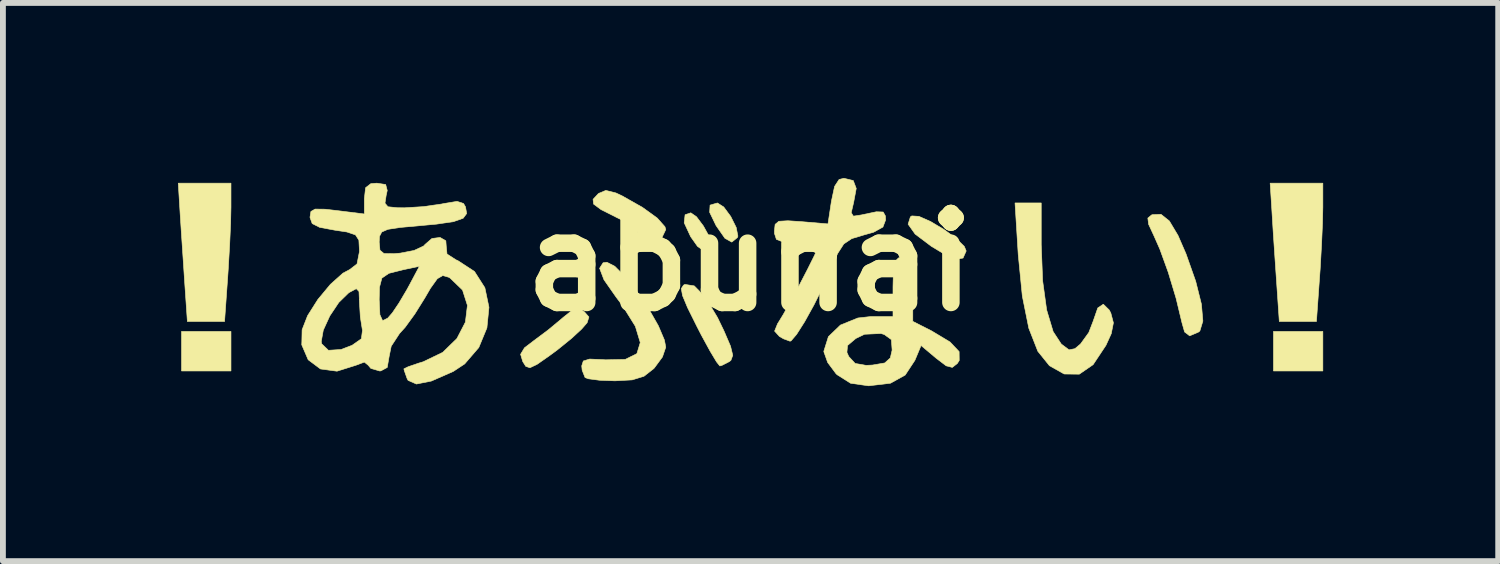
<source format=kicad_pcb>
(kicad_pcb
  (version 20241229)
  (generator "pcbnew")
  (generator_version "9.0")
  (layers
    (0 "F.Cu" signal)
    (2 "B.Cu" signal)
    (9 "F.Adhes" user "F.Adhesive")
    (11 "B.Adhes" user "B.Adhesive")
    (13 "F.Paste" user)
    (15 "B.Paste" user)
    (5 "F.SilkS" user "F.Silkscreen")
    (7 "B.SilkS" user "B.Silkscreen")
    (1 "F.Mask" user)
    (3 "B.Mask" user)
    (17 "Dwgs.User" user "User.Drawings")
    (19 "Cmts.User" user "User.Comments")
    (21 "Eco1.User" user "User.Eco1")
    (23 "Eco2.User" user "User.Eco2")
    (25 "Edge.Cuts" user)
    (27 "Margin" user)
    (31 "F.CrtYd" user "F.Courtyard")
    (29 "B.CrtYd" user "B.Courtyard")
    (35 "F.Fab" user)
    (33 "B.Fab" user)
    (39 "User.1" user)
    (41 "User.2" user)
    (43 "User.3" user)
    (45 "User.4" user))
  (footprint "abunai"
    (layer "F.Cu")
    (at 9.798 1.444)
    (property "Reference" "abunai" (at 0 0 0) (layer "F.SilkS") (effects (font (size 1.524 1.524) (thickness 0.3))))
    (attr through_hole)
    (fp_poly (pts (xy -8.89 1.863) (xy -9.737 1.863) (xy -9.737 1.185) (xy -8.89 1.185) (xy -8.89 1.863)) (stroke (width 0.01) (type solid)) (fill yes) (layer "F.SilkS"))
    (fp_poly (pts (xy 9.821 1.863) (xy 8.975 1.863) (xy 8.975 1.185) (xy 9.821 1.185) (xy 9.821 1.863)) (stroke (width 0.01) (type solid)) (fill yes) (layer "F.SilkS"))
    (fp_poly (pts (xy -0.913 -0.78) (xy -0.794 -0.621) (xy -0.69 -0.433) (xy -0.639 -0.281) (xy -0.644 -0.239) (xy -0.753 -0.173) (xy -0.895 -0.272) (xy -1.013 -0.439) (xy -1.123 -0.676) (xy -1.108 -0.814) (xy -1.01 -0.847) (xy -0.913 -0.78)) (stroke (width 0.01) (type solid)) (fill yes) (layer "F.SilkS"))
    (fp_poly (pts (xy -0.446 -0.947) (xy -0.326 -0.785) (xy -0.232 -0.596) (xy -0.203 -0.448) (xy -0.212 -0.423) (xy -0.308 -0.345) (xy -0.425 -0.41) (xy -0.577 -0.628) (xy -0.687 -0.856) (xy -0.68 -0.979) (xy -0.554 -1.016) (xy -0.446 -0.947)) (stroke (width 0.01) (type solid)) (fill yes) (layer "F.SilkS"))
    (fp_poly (pts (xy -8.89 -0.944) (xy -8.896 -0.667) (xy -8.913 -0.289) (xy -8.937 0.12) (xy -8.945 0.241) (xy -9 1.016) (xy -9.637 1.016) (xy -9.685 0.318) (xy -9.712 -0.091) (xy -9.74 -0.508) (xy -9.762 -0.849) (xy -9.763 -0.868) (xy -9.793 -1.355) (xy -8.89 -1.355) (xy -8.89 -0.944)) (stroke (width 0.01) (type solid)) (fill yes) (layer "F.SilkS"))
    (fp_poly (pts (xy 2.9 -0.786) (xy 3.099 -0.698) (xy 3.327 -0.562) (xy 3.536 -0.409) (xy 3.677 -0.271) (xy 3.709 -0.193) (xy 3.655 -0.072) (xy 3.542 -0.052) (xy 3.343 -0.134) (xy 3.111 -0.274) (xy 2.834 -0.483) (xy 2.714 -0.652) (xy 2.753 -0.777) (xy 2.778 -0.794) (xy 2.9 -0.786)) (stroke (width 0.01) (type solid)) (fill yes) (layer "F.SilkS"))
    (fp_poly (pts (xy 9.821 -0.944) (xy 9.815 -0.667) (xy 9.798 -0.289) (xy 9.775 0.12) (xy 9.766 0.241) (xy 9.711 1.016) (xy 9.075 1.016) (xy 9.027 0.318) (xy 8.999 -0.091) (xy 8.971 -0.508) (xy 8.95 -0.849) (xy 8.949 -0.868) (xy 8.918 -1.355) (xy 9.821 -1.355) (xy 9.821 -0.944)) (stroke (width 0.01) (type solid)) (fill yes) (layer "F.SilkS"))
    (fp_poly (pts (xy -2.837 0.846) (xy -2.756 0.938) (xy -2.787 1.037) (xy -2.88 1.144) (xy -3.053 1.304) (xy -3.295 1.5) (xy -3.429 1.599) (xy -3.645 1.75) (xy -3.767 1.808) (xy -3.838 1.784) (xy -3.89 1.701) (xy -3.927 1.577) (xy -3.86 1.466) (xy -3.704 1.347) (xy -3.45 1.157) (xy -3.21 0.957) (xy -3.199 0.947) (xy -3.033 0.815) (xy -2.919 0.796) (xy -2.837 0.846)) (stroke (width 0.01) (type solid)) (fill yes) (layer "F.SilkS"))
    (fp_poly (pts (xy -0.951 0.405) (xy -0.766 0.592) (xy -0.554 0.945) (xy -0.443 1.174) (xy -0.329 1.439) (xy -0.291 1.595) (xy -0.323 1.681) (xy -0.349 1.702) (xy -0.478 1.768) (xy -0.513 1.777) (xy -0.569 1.707) (xy -0.681 1.52) (xy -0.829 1.249) (xy -0.903 1.105) (xy -1.065 0.779) (xy -1.152 0.571) (xy -1.173 0.452) (xy -1.136 0.393) (xy -1.111 0.38) (xy -0.951 0.405)) (stroke (width 0.01) (type solid)) (fill yes) (layer "F.SilkS"))
    (fp_poly (pts (xy 7.19 -0.708) (xy 7.339 -0.459) (xy 7.476 -0.144) (xy 7.642 0.326) (xy 7.74 0.718) (xy 7.765 1.008) (xy 7.714 1.176) (xy 7.693 1.195) (xy 7.539 1.261) (xy 7.452 1.195) (xy 7.407 1.037) (xy 7.306 0.617) (xy 7.172 0.173) (xy 7.028 -0.224) (xy 6.93 -0.446) (xy 6.835 -0.651) (xy 6.822 -0.757) (xy 6.887 -0.811) (xy 6.899 -0.815) (xy 7.048 -0.821) (xy 7.19 -0.708)) (stroke (width 0.01) (type solid)) (fill yes) (layer "F.SilkS"))
    (fp_poly (pts (xy -2.292 -1.187) (xy -2.186 -1.137) (xy -1.838 -0.94) (xy -1.585 -0.757) (xy -1.453 -0.608) (xy -1.439 -0.56) (xy -1.503 -0.426) (xy -1.653 -0.291) (xy -1.832 -0.194) (xy -1.982 -0.171) (xy -2.02 -0.191) (xy -2.063 -0.306) (xy -1.987 -0.427) (xy -1.928 -0.514) (xy -1.956 -0.587) (xy -2.097 -0.677) (xy -2.284 -0.769) (xy -2.548 -0.902) (xy -2.676 -0.997) (xy -2.685 -1.078) (xy -2.596 -1.174) (xy -2.588 -1.18) (xy -2.466 -1.231) (xy -2.292 -1.187)) (stroke (width 0.01) (type solid)) (fill yes) (layer "F.SilkS"))
    (fp_poly (pts (xy 4.995 -0.301) (xy 5.019 0.316) (xy 5.088 0.818) (xy 5.199 1.188) (xy 5.339 1.402) (xy 5.471 1.501) (xy 5.572 1.481) (xy 5.668 1.401) (xy 5.81 1.205) (xy 5.886 1.008) (xy 5.964 0.783) (xy 6.059 0.719) (xy 6.161 0.819) (xy 6.188 0.872) (xy 6.232 1.038) (xy 6.195 1.224) (xy 6.104 1.424) (xy 5.884 1.755) (xy 5.647 1.918) (xy 5.388 1.915) (xy 5.136 1.773) (xy 4.937 1.526) (xy 4.782 1.13) (xy 4.671 0.579) (xy 4.601 -0.131) (xy 4.6 -0.148) (xy 4.546 -1.016) (xy 4.995 -1.016) (xy 4.995 -0.301)) (stroke (width 0.01) (type solid)) (fill yes) (layer "F.SilkS"))
    (fp_poly (pts (xy -2.313 0.069) (xy -2.131 0.252) (xy -1.927 0.509) (xy -1.73 0.801) (xy -1.566 1.089) (xy -1.462 1.334) (xy -1.439 1.456) (xy -1.496 1.623) (xy -1.635 1.812) (xy -1.647 1.824) (xy -1.813 1.954) (xy -2.015 2.016) (xy -2.31 2.032) (xy -2.575 2.022) (xy -2.765 1.997) (xy -2.822 1.976) (xy -2.872 1.85) (xy -2.879 1.776) (xy -2.852 1.692) (xy -2.744 1.659) (xy -2.516 1.669) (xy -2.473 1.672) (xy -2.133 1.665) (xy -1.934 1.566) (xy -1.876 1.376) (xy -1.96 1.098) (xy -2.187 0.734) (xy -2.289 0.599) (xy -2.498 0.3) (xy -2.573 0.103) (xy -2.513 0.009) (xy -2.448 0) (xy -2.313 0.069)) (stroke (width 0.01) (type solid)) (fill yes) (layer "F.SilkS"))
    (fp_poly (pts (xy 1.774 -1.4) (xy 1.825 -1.265) (xy 1.781 -1.028) (xy 1.739 -0.849) (xy 1.776 -0.79) (xy 1.92 -0.812) (xy 1.932 -0.815) (xy 2.17 -0.865) (xy 2.287 -0.861) (xy 2.325 -0.793) (xy 2.328 -0.724) (xy 2.282 -0.603) (xy 2.121 -0.514) (xy 1.96 -0.469) (xy 1.748 -0.405) (xy 1.612 -0.314) (xy 1.505 -0.148) (xy 1.4 0.094) (xy 1.26 0.412) (xy 1.1 0.732) (xy 0.941 1.019) (xy 0.803 1.236) (xy 0.708 1.347) (xy 0.69 1.353) (xy 0.579 1.312) (xy 0.508 1.271) (xy 0.426 1.18) (xy 0.478 1.051) (xy 0.486 1.04) (xy 0.574 0.896) (xy 0.703 0.665) (xy 0.851 0.39) (xy 0.994 0.114) (xy 1.11 -0.119) (xy 1.177 -0.267) (xy 1.185 -0.294) (xy 1.11 -0.321) (xy 0.918 -0.337) (xy 0.804 -0.339) (xy 0.569 -0.348) (xy 0.457 -0.392) (xy 0.424 -0.493) (xy 0.423 -0.536) (xy 0.435 -0.649) (xy 0.498 -0.702) (xy 0.654 -0.711) (xy 0.882 -0.696) (xy 1.341 -0.657) (xy 1.4 -1.048) (xy 1.454 -1.3) (xy 1.531 -1.418) (xy 1.613 -1.439) (xy 1.774 -1.4)) (stroke (width 0.01) (type solid)) (fill yes) (layer "F.SilkS"))
    (fp_poly (pts (xy 2.716 -0.067) (xy 2.768 0.009) (xy 2.79 0.183) (xy 2.794 0.464) (xy 2.794 1.013) (xy 3.117 1.177) (xy 3.432 1.366) (xy 3.588 1.531) (xy 3.59 1.683) (xy 3.557 1.735) (xy 3.471 1.802) (xy 3.366 1.775) (xy 3.194 1.644) (xy 2.936 1.427) (xy 2.83 1.681) (xy 2.664 1.933) (xy 2.412 2.073) (xy 2.042 2.117) (xy 2.034 2.117) (xy 1.729 2.074) (xy 1.498 1.928) (xy 1.478 1.909) (xy 1.335 1.717) (xy 1.274 1.544) (xy 1.665 1.544) (xy 1.697 1.616) (xy 1.806 1.734) (xy 1.993 1.767) (xy 2.101 1.762) (xy 2.313 1.726) (xy 2.409 1.64) (xy 2.44 1.506) (xy 2.427 1.326) (xy 2.305 1.238) (xy 2.248 1.221) (xy 1.967 1.234) (xy 1.818 1.306) (xy 1.676 1.426) (xy 1.665 1.544) (xy 1.274 1.544) (xy 1.27 1.533) (xy 1.27 1.524) (xy 1.348 1.275) (xy 1.555 1.076) (xy 1.853 0.955) (xy 2.07 0.931) (xy 2.455 0.931) (xy 2.455 0.423) (xy 2.462 0.14) (xy 2.489 -0.014) (xy 2.55 -0.075) (xy 2.625 -0.085) (xy 2.716 -0.067)) (stroke (width 0.01) (type solid)) (fill yes) (layer "F.SilkS"))
    (fp_poly (pts (xy -6.239 -1.332) (xy -6.212 -1.23) (xy -6.231 -1.143) (xy -6.251 -1.012) (xy -6.2 -0.951) (xy -6.037 -0.934) (xy -5.915 -0.933) (xy -5.594 -0.953) (xy -5.28 -0.998) (xy -5.233 -1.008) (xy -5.015 -1.043) (xy -4.905 -1.007) (xy -4.871 -0.949) (xy -4.851 -0.835) (xy -4.911 -0.754) (xy -5.076 -0.696) (xy -5.369 -0.653) (xy -5.652 -0.627) (xy -5.994 -0.596) (xy -6.201 -0.564) (xy -6.306 -0.518) (xy -6.345 -0.443) (xy -6.35 -0.345) (xy -6.337 -0.207) (xy -6.268 -0.149) (xy -6.095 -0.147) (xy -5.99 -0.156) (xy -5.752 -0.202) (xy -5.589 -0.278) (xy -5.563 -0.306) (xy -5.446 -0.407) (xy -5.307 -0.425) (xy -5.208 -0.368) (xy -5.201 -0.273) (xy -5.188 -0.141) (xy -5.033 -0.041) (xy -5.004 -0.029) (xy -4.717 0.158) (xy -4.539 0.437) (xy -4.469 0.772) (xy -4.504 1.125) (xy -4.643 1.461) (xy -4.885 1.742) (xy -5.08 1.871) (xy -5.456 2.036) (xy -5.713 2.087) (xy -5.855 2.024) (xy -5.873 1.989) (xy -5.919 1.859) (xy -5.927 1.827) (xy -5.854 1.791) (xy -5.673 1.729) (xy -5.594 1.705) (xy -5.261 1.544) (xy -5.018 1.307) (xy -4.873 1.027) (xy -4.838 0.739) (xy -4.922 0.476) (xy -5.135 0.271) (xy -5.159 0.257) (xy -5.26 0.228) (xy -5.354 0.282) (xy -5.471 0.445) (xy -5.57 0.615) (xy -5.739 0.886) (xy -5.907 1.117) (xy -6.001 1.22) (xy -6.144 1.439) (xy -6.181 1.622) (xy -6.212 1.803) (xy -6.322 1.862) (xy -6.343 1.863) (xy -6.493 1.819) (xy -6.537 1.766) (xy -6.604 1.711) (xy -6.751 1.766) (xy -7.073 1.867) (xy -7.356 1.829) (xy -7.567 1.671) (xy -7.677 1.415) (xy -7.675 1.358) (xy -7.343 1.358) (xy -7.335 1.398) (xy -7.22 1.509) (xy -7.003 1.495) (xy -6.814 1.423) (xy -6.655 1.311) (xy -6.636 1.162) (xy -6.64 1.148) (xy -6.673 0.939) (xy -6.688 0.688) (xy -6.69 0.64) (xy -6.35 0.64) (xy -6.338 0.899) (xy -6.292 1.001) (xy -6.204 0.958) (xy -6.125 0.868) (xy -6.011 0.699) (xy -5.871 0.462) (xy -5.834 0.394) (xy -5.661 0.069) (xy -5.942 0.129) (xy -6.184 0.19) (xy -6.304 0.272) (xy -6.345 0.428) (xy -6.35 0.64) (xy -6.69 0.64) (xy -6.696 0.501) (xy -6.742 0.453) (xy -6.86 0.516) (xy -6.875 0.526) (xy -7.042 0.689) (xy -7.197 0.921) (xy -7.308 1.164) (xy -7.343 1.358) (xy -7.675 1.358) (xy -7.671 1.157) (xy -7.577 0.916) (xy -7.401 0.638) (xy -7.185 0.378) (xy -6.971 0.187) (xy -6.856 0.126) (xy -6.73 0.029) (xy -6.689 -0.179) (xy -6.689 -0.209) (xy -6.698 -0.378) (xy -6.756 -0.469) (xy -6.905 -0.519) (xy -7.112 -0.55) (xy -7.37 -0.598) (xy -7.498 -0.663) (xy -7.535 -0.765) (xy -7.535 -0.776) (xy -7.52 -0.87) (xy -7.448 -0.911) (xy -7.279 -0.909) (xy -7.07 -0.885) (xy -6.604 -0.827) (xy -6.604 -1.091) (xy -6.583 -1.277) (xy -6.493 -1.347) (xy -6.391 -1.355) (xy -6.239 -1.332)) (stroke (width 0.01) (type solid)) (fill yes) (layer "F.SilkS")))
  (gr_rect
    (start -3 -3)
    (end 22.624 6.566)
    (stroke (width 0.1) (type default))
    (fill no)
    (layer "Edge.Cuts")))
</source>
